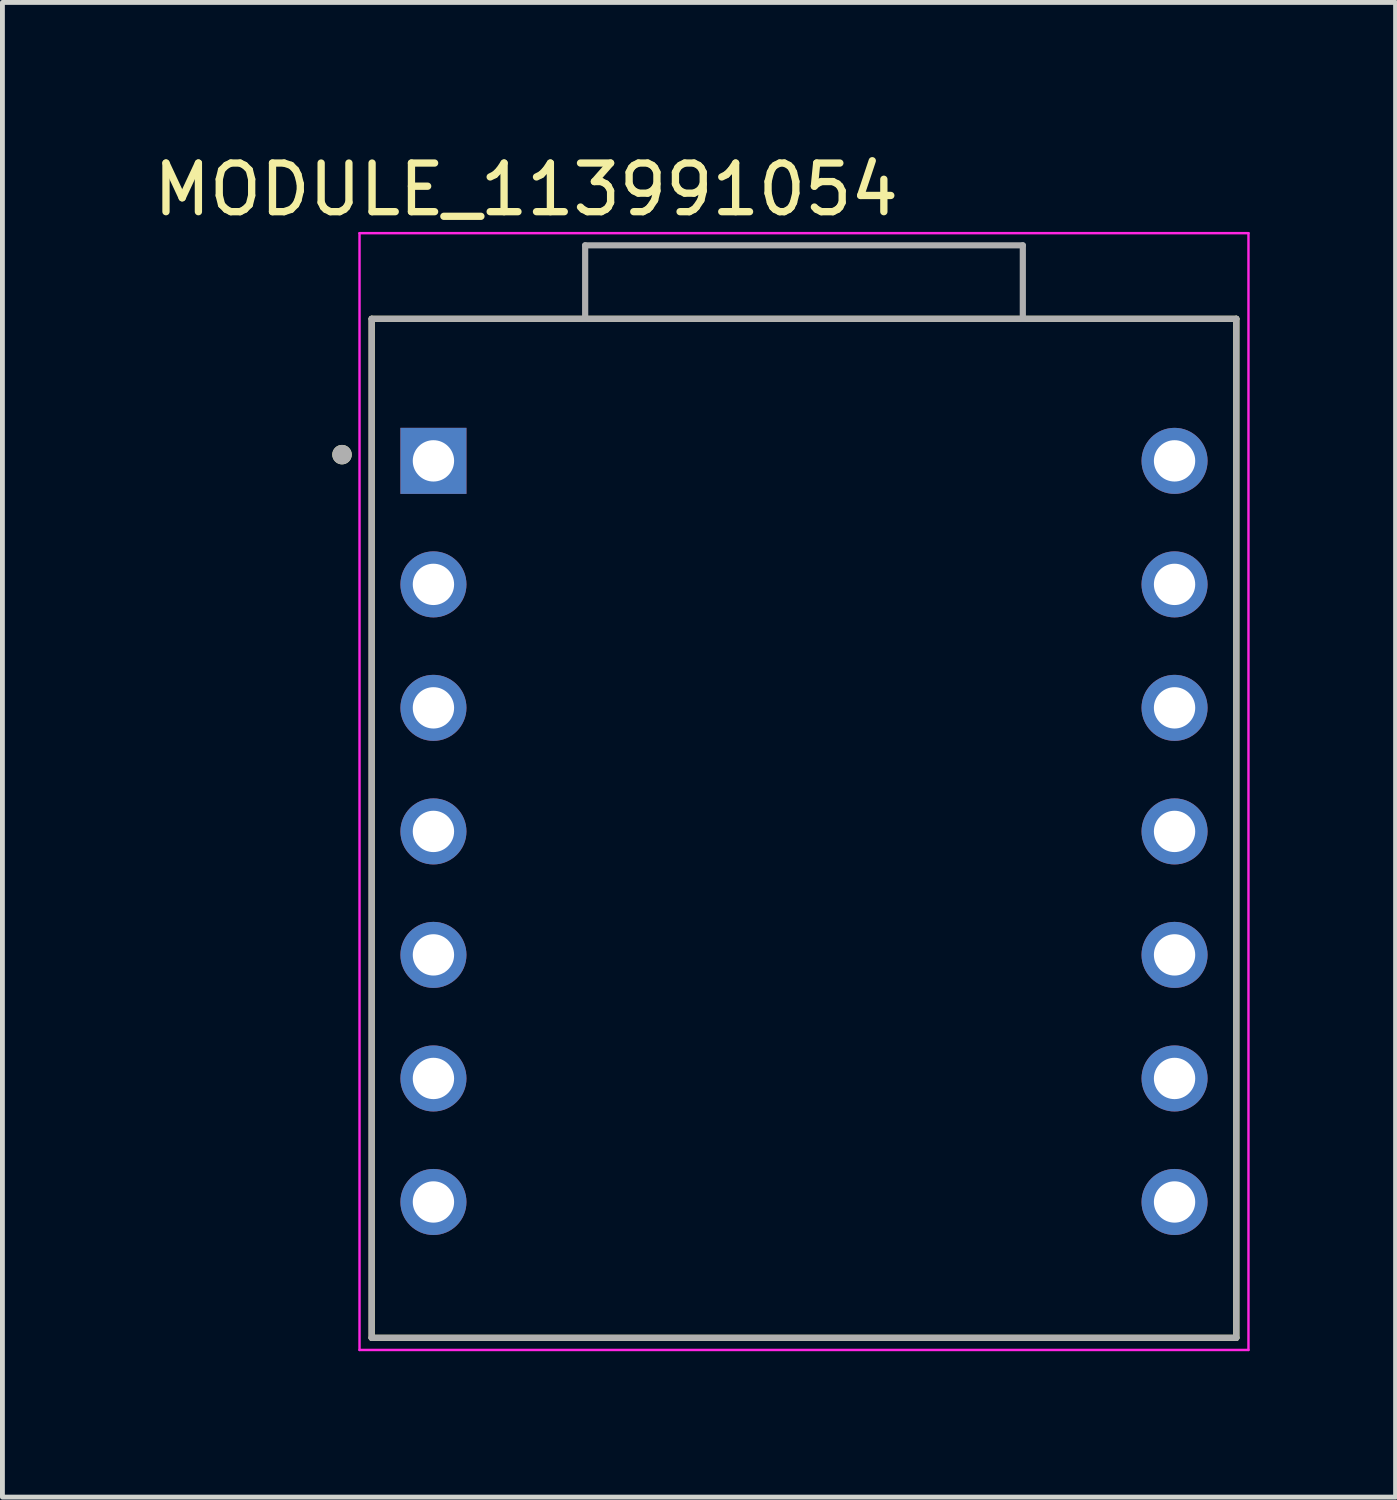
<source format=kicad_pcb>
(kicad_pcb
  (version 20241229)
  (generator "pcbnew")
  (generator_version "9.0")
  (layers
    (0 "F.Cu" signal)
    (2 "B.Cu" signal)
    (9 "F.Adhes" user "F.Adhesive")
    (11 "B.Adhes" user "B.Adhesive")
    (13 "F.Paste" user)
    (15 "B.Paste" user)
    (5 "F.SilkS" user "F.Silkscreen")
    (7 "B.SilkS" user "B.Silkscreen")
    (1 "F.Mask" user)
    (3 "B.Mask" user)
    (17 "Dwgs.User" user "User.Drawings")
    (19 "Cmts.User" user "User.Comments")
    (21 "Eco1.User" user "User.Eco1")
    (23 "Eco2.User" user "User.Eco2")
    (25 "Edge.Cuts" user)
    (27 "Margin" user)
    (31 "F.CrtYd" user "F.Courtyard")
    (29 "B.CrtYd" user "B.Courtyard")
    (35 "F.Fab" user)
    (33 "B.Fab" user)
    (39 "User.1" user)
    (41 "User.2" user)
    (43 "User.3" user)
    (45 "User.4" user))
  (footprint "MODULE_113991054"
    (layer "F.Cu")
    (at 13.483 13.983)
    (property "Reference" "MODULE_113991054" (at -5.715 -13.135 0) (layer "F.SilkS") (effects (font (size 1 1) (thickness 0.15))))
    (attr through_hole)
    (fp_line (start -8.89 -10.477) (end 8.89 -10.477) (stroke (width 0.127) (type solid)) (layer "F.SilkS"))
    (fp_line (start -8.89 10.477) (end -8.89 -10.477) (stroke (width 0.127) (type solid)) (layer "F.SilkS"))
    (fp_line (start 8.89 -10.477) (end 8.89 10.477) (stroke (width 0.127) (type solid)) (layer "F.SilkS"))
    (fp_line (start 8.89 10.477) (end -8.89 10.477) (stroke (width 0.127) (type solid)) (layer "F.SilkS"))
    (fp_circle (center -9.5 -7.684) (end -9.4 -7.684) (stroke (width 0.2) (type solid)) (fill no) (layer "F.SilkS"))
    (fp_line (start -9.14 -12.238) (end -9.14 10.727) (stroke (width 0.05) (type solid)) (layer "F.CrtYd"))
    (fp_line (start -9.14 10.727) (end 9.14 10.727) (stroke (width 0.05) (type solid)) (layer "F.CrtYd"))
    (fp_line (start 9.14 -12.238) (end -9.14 -12.238) (stroke (width 0.05) (type solid)) (layer "F.CrtYd"))
    (fp_line (start 9.14 10.727) (end 9.14 -12.238) (stroke (width 0.05) (type solid)) (layer "F.CrtYd"))
    (fp_line (start -8.89 -10.477) (end -4.5 -10.477) (stroke (width 0.127) (type solid)) (layer "F.Fab"))
    (fp_line (start -8.89 10.477) (end -8.89 -10.477) (stroke (width 0.127) (type solid)) (layer "F.Fab"))
    (fp_line (start -4.5 -11.988) (end 4.5 -11.988) (stroke (width 0.127) (type solid)) (layer "F.Fab"))
    (fp_line (start -4.5 -10.477) (end -4.5 -11.988) (stroke (width 0.127) (type solid)) (layer "F.Fab"))
    (fp_line (start -4.5 -10.477) (end 4.5 -10.477) (stroke (width 0.127) (type solid)) (layer "F.Fab"))
    (fp_line (start 4.5 -11.988) (end 4.5 -10.477) (stroke (width 0.127) (type solid)) (layer "F.Fab"))
    (fp_line (start 4.5 -10.477) (end 8.89 -10.477) (stroke (width 0.127) (type solid)) (layer "F.Fab"))
    (fp_line (start 8.89 -10.477) (end 8.89 10.477) (stroke (width 0.127) (type solid)) (layer "F.Fab"))
    (fp_line (start 8.89 10.477) (end -8.89 10.477) (stroke (width 0.127) (type solid)) (layer "F.Fab"))
    (fp_circle (center -9.5 -7.684) (end -9.4 -7.684) (stroke (width 0.2) (type solid)) (fill no) (layer "F.Fab"))
    (pad "1" thru_hole rect (at -7.62 -7.556) (size 1.358 1.358) (drill 0.85) (layers "*.Cu" "*.Mask"))
    (pad "2" thru_hole circle (at -7.62 -5.016) (size 1.358 1.358) (drill 0.85) (layers "*.Cu" "*.Mask"))
    (pad "3" thru_hole circle (at -7.62 -2.477) (size 1.358 1.358) (drill 0.85) (layers "*.Cu" "*.Mask"))
    (pad "4" thru_hole circle (at -7.62 0.064) (size 1.358 1.358) (drill 0.85) (layers "*.Cu" "*.Mask"))
    (pad "5" thru_hole circle (at -7.62 2.603) (size 1.358 1.358) (drill 0.85) (layers "*.Cu" "*.Mask"))
    (pad "6" thru_hole circle (at -7.62 5.144) (size 1.358 1.358) (drill 0.85) (layers "*.Cu" "*.Mask"))
    (pad "7" thru_hole circle (at -7.62 7.684) (size 1.358 1.358) (drill 0.85) (layers "*.Cu" "*.Mask"))
    (pad "8" thru_hole circle (at 7.62 7.684) (size 1.358 1.358) (drill 0.85) (layers "*.Cu" "*.Mask"))
    (pad "9" thru_hole circle (at 7.62 5.144) (size 1.358 1.358) (drill 0.85) (layers "*.Cu" "*.Mask"))
    (pad "10" thru_hole circle (at 7.62 2.603) (size 1.358 1.358) (drill 0.85) (layers "*.Cu" "*.Mask"))
    (pad "11" thru_hole circle (at 7.62 0.064) (size 1.358 1.358) (drill 0.85) (layers "*.Cu" "*.Mask"))
    (pad "12" thru_hole circle (at 7.62 -2.477) (size 1.358 1.358) (drill 0.85) (layers "*.Cu" "*.Mask"))
    (pad "13" thru_hole circle (at 7.62 -5.016) (size 1.358 1.358) (drill 0.85) (layers "*.Cu" "*.Mask"))
    (pad "14" thru_hole circle (at 7.62 -7.556) (size 1.358 1.358) (drill 0.85) (layers "*.Cu" "*.Mask")))
  (gr_rect
    (start -3 -3)
    (end 25.648 27.736)
    (stroke (width 0.1) (type default))
    (fill no)
    (layer "Edge.Cuts")))
</source>
